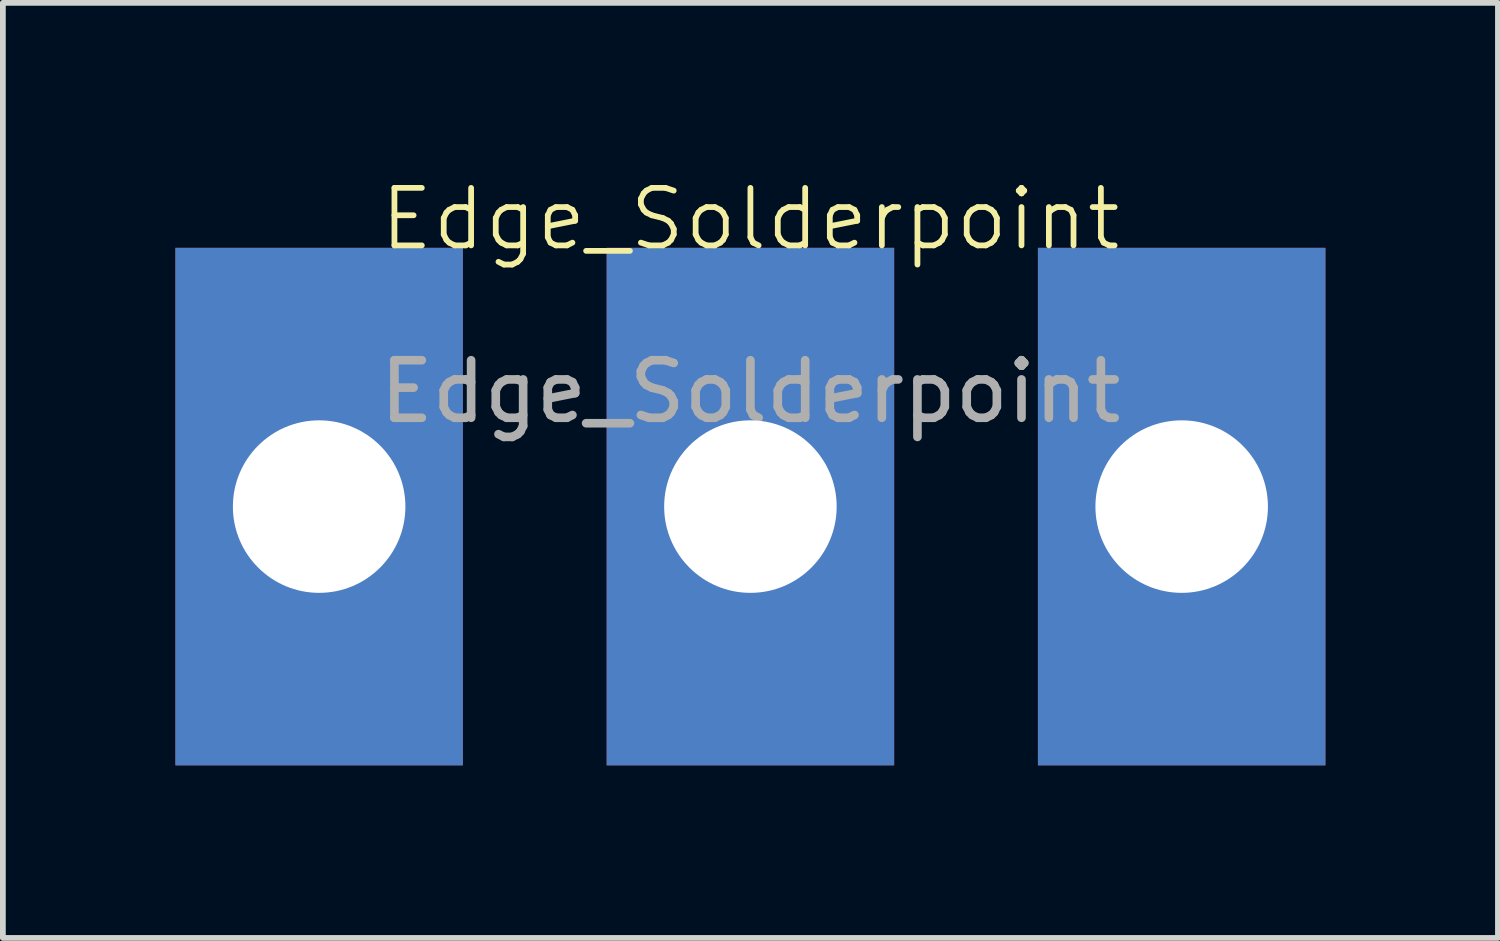
<source format=kicad_pcb>
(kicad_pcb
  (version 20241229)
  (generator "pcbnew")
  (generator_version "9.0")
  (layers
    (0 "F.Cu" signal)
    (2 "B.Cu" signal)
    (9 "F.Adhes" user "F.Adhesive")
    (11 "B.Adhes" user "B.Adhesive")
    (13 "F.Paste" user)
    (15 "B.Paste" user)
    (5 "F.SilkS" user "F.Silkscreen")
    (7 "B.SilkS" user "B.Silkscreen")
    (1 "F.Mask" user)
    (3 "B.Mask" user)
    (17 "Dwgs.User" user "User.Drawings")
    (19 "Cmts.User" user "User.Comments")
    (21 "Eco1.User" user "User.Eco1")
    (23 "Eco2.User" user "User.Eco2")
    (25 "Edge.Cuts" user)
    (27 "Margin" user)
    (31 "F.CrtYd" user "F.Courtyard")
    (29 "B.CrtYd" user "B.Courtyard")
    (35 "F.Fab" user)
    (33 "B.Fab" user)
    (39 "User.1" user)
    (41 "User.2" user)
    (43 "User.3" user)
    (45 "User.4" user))
  (footprint "Edge_Solderpoint"
    (layer "F.Cu")
    (at 10 1.26)
    (property "Reference" "Edge_Solderpoint" (at 0 -0.5 0) (unlocked yes) (layer "F.SilkS") (effects (font (size 1 1) (thickness 0.1))))
    (fp_text user "${REFERENCE}" (at 0 2.5 0) (unlocked yes) (layer "F.Fab") (effects (font (size 1 1) (thickness 0.15))))
    (pad "1" thru_hole rect (at -7.5 4.5) (size 5 9) (drill 3) (property pad_prop_castellated) (layers "*.Cu" "*.Mask"))
    (pad "2" thru_hole rect (at 0 4.5) (size 5 9) (drill 3) (property pad_prop_castellated) (layers "*.Cu" "*.Mask"))
    (pad "3" thru_hole rect (at 7.5 4.5) (size 5 9) (drill 3) (property pad_prop_castellated) (layers "*.Cu" "*.Mask")))
  (gr_rect
    (start -3 -3)
    (end 23 13.261)
    (stroke (width 0.1) (type default))
    (fill no)
    (layer "Edge.Cuts")))
</source>
